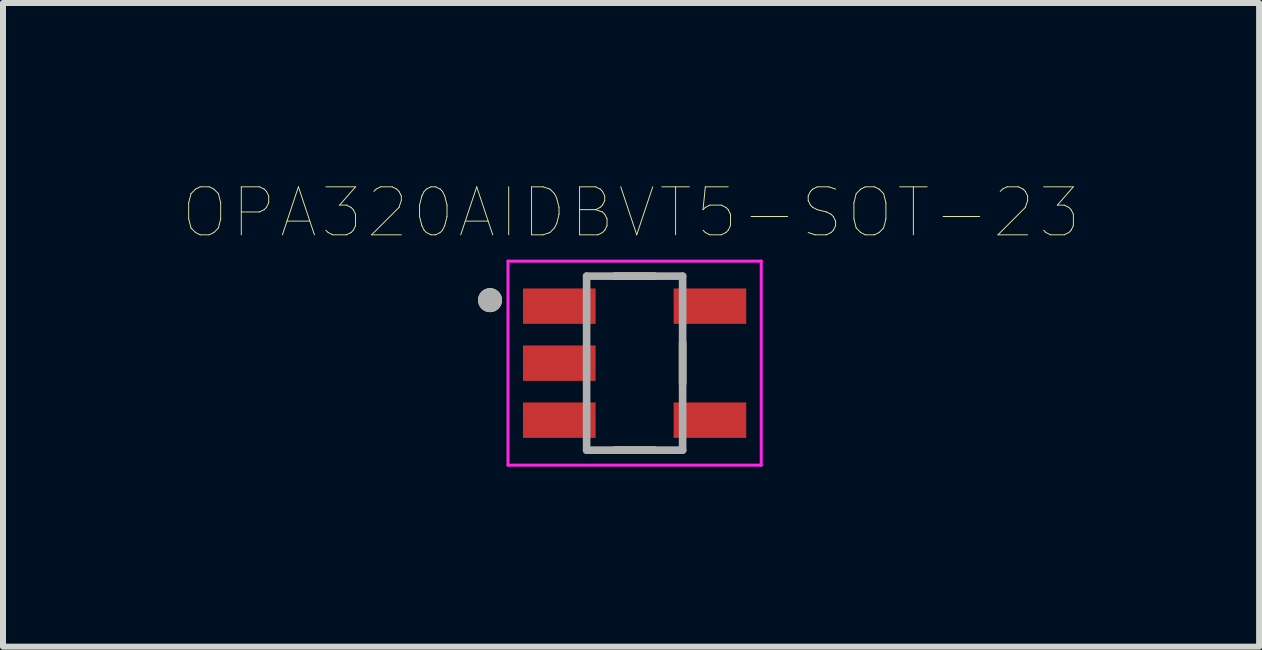
<source format=kicad_pcb>
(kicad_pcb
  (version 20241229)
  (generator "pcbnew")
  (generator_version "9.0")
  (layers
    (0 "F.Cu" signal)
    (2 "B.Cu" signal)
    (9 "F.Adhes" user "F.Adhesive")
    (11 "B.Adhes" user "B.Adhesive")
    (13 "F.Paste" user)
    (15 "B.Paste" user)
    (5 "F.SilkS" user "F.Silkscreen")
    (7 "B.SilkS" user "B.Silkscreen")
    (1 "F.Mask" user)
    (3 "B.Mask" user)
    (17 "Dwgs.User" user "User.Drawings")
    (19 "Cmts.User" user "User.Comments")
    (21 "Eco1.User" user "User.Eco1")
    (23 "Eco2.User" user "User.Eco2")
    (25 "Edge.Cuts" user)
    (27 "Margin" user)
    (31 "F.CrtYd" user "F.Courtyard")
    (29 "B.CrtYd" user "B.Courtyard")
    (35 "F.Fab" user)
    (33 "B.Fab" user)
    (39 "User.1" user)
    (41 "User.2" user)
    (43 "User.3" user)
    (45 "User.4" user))
  (footprint "OPA320AIDBVT5-SOT-23"
    (layer "F.Cu")
    (at 7.526 3.002)
    (property "Reference" "OPA320AIDBVT5-SOT-23" (at -0.06 -2.508 0) (layer "F.SilkS") (effects (font (size 0.8 0.8) (thickness 0.015))))
    (attr through_hole)
    (fp_line (start -0.33 -1.45) (end 0.33 -1.45) (stroke (width 0.127) (type solid)) (layer "F.SilkS"))
    (fp_line (start 0.33 1.45) (end -0.33 1.45) (stroke (width 0.127) (type solid)) (layer "F.SilkS"))
    (fp_line (start 0.8 -0.335) (end 0.8 0.335) (stroke (width 0.127) (type solid)) (layer "F.SilkS"))
    (fp_circle (center -2.41 -1.05) (end -2.31 -1.05) (stroke (width 0.2) (type solid)) (fill no) (layer "F.SilkS"))
    (fp_line (start -2.11 -1.7) (end 2.11 -1.7) (stroke (width 0.05) (type solid)) (layer "F.CrtYd"))
    (fp_line (start -2.11 1.7) (end -2.11 -1.7) (stroke (width 0.05) (type solid)) (layer "F.CrtYd"))
    (fp_line (start 2.11 -1.7) (end 2.11 1.7) (stroke (width 0.05) (type solid)) (layer "F.CrtYd"))
    (fp_line (start 2.11 1.7) (end -2.11 1.7) (stroke (width 0.05) (type solid)) (layer "F.CrtYd"))
    (fp_line (start -0.8 -1.45) (end 0.8 -1.45) (stroke (width 0.127) (type solid)) (layer "F.Fab"))
    (fp_line (start -0.8 1.45) (end -0.8 -1.45) (stroke (width 0.127) (type solid)) (layer "F.Fab"))
    (fp_line (start 0.8 -1.45) (end 0.8 1.45) (stroke (width 0.127) (type solid)) (layer "F.Fab"))
    (fp_line (start 0.8 1.45) (end -0.8 1.45) (stroke (width 0.127) (type solid)) (layer "F.Fab"))
    (fp_circle (center -2.41 -1.05) (end -2.31 -1.05) (stroke (width 0.2) (type solid)) (fill no) (layer "F.Fab"))
    (pad "1" smd rect (at -1.255 -0.95) (size 1.21 0.59) (layers "F.Cu" "F.Mask" "F.Paste"))
    (pad "2" smd rect (at -1.255 0) (size 1.21 0.59) (layers "F.Cu" "F.Mask" "F.Paste"))
    (pad "3" smd rect (at -1.255 0.95) (size 1.21 0.59) (layers "F.Cu" "F.Mask" "F.Paste"))
    (pad "4" smd rect (at 1.255 0.95) (size 1.21 0.59) (layers "F.Cu" "F.Mask" "F.Paste"))
    (pad "5" smd rect (at 1.255 -0.95) (size 1.21 0.59) (layers "F.Cu" "F.Mask" "F.Paste")))
  (gr_rect
    (start -3 -3)
    (end 17.933 7.727)
    (stroke (width 0.1) (type default))
    (fill no)
    (layer "Edge.Cuts")))
</source>
